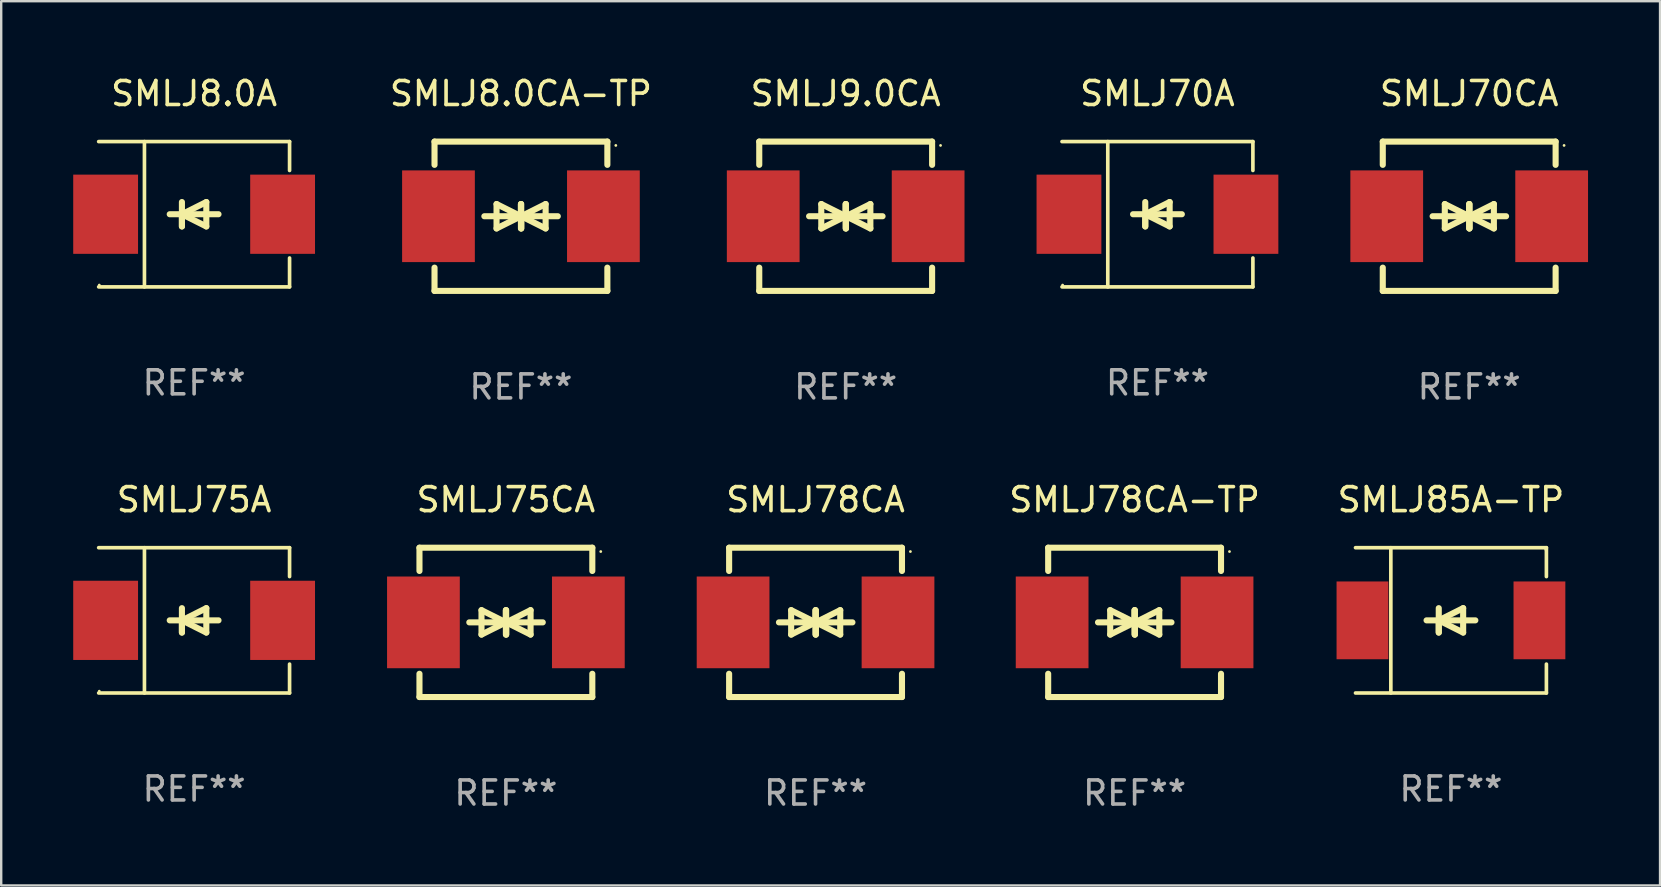
<source format=kicad_pcb>
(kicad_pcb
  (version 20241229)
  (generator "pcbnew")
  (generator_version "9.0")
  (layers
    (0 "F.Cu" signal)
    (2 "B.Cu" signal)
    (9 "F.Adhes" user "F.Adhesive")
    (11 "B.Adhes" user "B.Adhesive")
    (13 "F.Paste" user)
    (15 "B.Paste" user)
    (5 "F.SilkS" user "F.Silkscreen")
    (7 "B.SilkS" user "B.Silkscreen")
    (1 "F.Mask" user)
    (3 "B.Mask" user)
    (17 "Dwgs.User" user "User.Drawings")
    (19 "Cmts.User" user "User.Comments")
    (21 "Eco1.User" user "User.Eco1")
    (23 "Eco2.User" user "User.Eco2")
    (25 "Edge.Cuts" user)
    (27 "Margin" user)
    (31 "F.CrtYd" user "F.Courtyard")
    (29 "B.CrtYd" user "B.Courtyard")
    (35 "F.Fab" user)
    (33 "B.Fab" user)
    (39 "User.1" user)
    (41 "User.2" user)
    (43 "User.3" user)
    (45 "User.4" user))
  (footprint "SMLJ9.0CA"
    (layer "F.Cu")
    (at 32.177 5.958)
    (property "Reference" "SMLJ9.0CA" (at 0 -5.11 0) (layer "F.SilkS") (effects (font (size 1 1) (thickness 0.15))))
    (attr through_hole)
    (fp_line (start -3.6 -2.141) (end -3.6 -3.11) (stroke (width 0.254) (type solid)) (layer "F.SilkS"))
    (fp_line (start -3.6 3.11) (end -3.6 2.141) (stroke (width 0.254) (type solid)) (layer "F.SilkS"))
    (fp_line (start -1.524 0) (end 0.508 0) (stroke (width 0.254) (type solid)) (layer "F.SilkS"))
    (fp_line (start -1.016 -0.508) (end -1.016 0.508) (stroke (width 0.254) (type solid)) (layer "F.SilkS"))
    (fp_line (start -1.016 0.508) (end 0 0) (stroke (width 0.254) (type solid)) (layer "F.SilkS"))
    (fp_line (start 0 -0.508) (end 0 0.508) (stroke (width 0.254) (type solid)) (layer "F.SilkS"))
    (fp_line (start 0 0) (end -1.016 -0.508) (stroke (width 0.254) (type solid)) (layer "F.SilkS"))
    (fp_line (start 0 0) (end 0 -0.508) (stroke (width 0.254) (type solid)) (layer "F.SilkS"))
    (fp_line (start 0.012 0) (end 0.012 0.508) (stroke (width 0.254) (type solid)) (layer "F.SilkS"))
    (fp_line (start 0.012 0) (end 1.028 0.508) (stroke (width 0.254) (type solid)) (layer "F.SilkS"))
    (fp_line (start 0.012 0.508) (end 0.012 -0.508) (stroke (width 0.254) (type solid)) (layer "F.SilkS"))
    (fp_line (start 1.028 -0.508) (end 0.012 0) (stroke (width 0.254) (type solid)) (layer "F.SilkS"))
    (fp_line (start 1.028 0.508) (end 1.028 -0.508) (stroke (width 0.254) (type solid)) (layer "F.SilkS"))
    (fp_line (start 1.536 0) (end -0.496 0) (stroke (width 0.254) (type solid)) (layer "F.SilkS"))
    (fp_line (start 3.6 -3.11) (end -3.6 -3.11) (stroke (width 0.254) (type solid)) (layer "F.SilkS"))
    (fp_line (start 3.6 -2.141) (end 3.6 -3.11) (stroke (width 0.254) (type solid)) (layer "F.SilkS"))
    (fp_line (start 3.6 3.11) (end -3.6 3.11) (stroke (width 0.254) (type solid)) (layer "F.SilkS"))
    (fp_line (start 3.6 3.11) (end 3.6 2.141) (stroke (width 0.254) (type solid)) (layer "F.SilkS"))
    (fp_circle (center 3.952 -2.95) (end 3.982 -2.95) (stroke (width 0.06) (type solid)) (fill no) (layer "F.SilkS"))
    (fp_text user "REF**" (at 0 7.11 0) (layer "F.Fab") (effects (font (size 1 1) (thickness 0.15))))
    (pad "1" smd rect (at 3.435 0) (size 3.03 3.82) (layers "F.Cu" "F.Mask" "F.Paste"))
    (pad "2" smd rect (at -3.435 0) (size 3.03 3.82) (layers "F.Cu" "F.Mask" "F.Paste")))
  (footprint "SMLJ75CA"
    (layer "F.Cu")
    (at 18.023 22.875)
    (property "Reference" "SMLJ75CA" (at 0 -5.11 0) (layer "F.SilkS") (effects (font (size 1 1) (thickness 0.15))))
    (attr through_hole)
    (fp_line (start -3.6 -2.141) (end -3.6 -3.11) (stroke (width 0.254) (type solid)) (layer "F.SilkS"))
    (fp_line (start -3.6 3.11) (end -3.6 2.141) (stroke (width 0.254) (type solid)) (layer "F.SilkS"))
    (fp_line (start -1.524 0) (end 0.508 0) (stroke (width 0.254) (type solid)) (layer "F.SilkS"))
    (fp_line (start -1.016 -0.508) (end -1.016 0.508) (stroke (width 0.254) (type solid)) (layer "F.SilkS"))
    (fp_line (start -1.016 0.508) (end 0 0) (stroke (width 0.254) (type solid)) (layer "F.SilkS"))
    (fp_line (start 0 -0.508) (end 0 0.508) (stroke (width 0.254) (type solid)) (layer "F.SilkS"))
    (fp_line (start 0 0) (end -1.016 -0.508) (stroke (width 0.254) (type solid)) (layer "F.SilkS"))
    (fp_line (start 0 0) (end 0 -0.508) (stroke (width 0.254) (type solid)) (layer "F.SilkS"))
    (fp_line (start 0.012 0) (end 0.012 0.508) (stroke (width 0.254) (type solid)) (layer "F.SilkS"))
    (fp_line (start 0.012 0) (end 1.028 0.508) (stroke (width 0.254) (type solid)) (layer "F.SilkS"))
    (fp_line (start 0.012 0.508) (end 0.012 -0.508) (stroke (width 0.254) (type solid)) (layer "F.SilkS"))
    (fp_line (start 1.028 -0.508) (end 0.012 0) (stroke (width 0.254) (type solid)) (layer "F.SilkS"))
    (fp_line (start 1.028 0.508) (end 1.028 -0.508) (stroke (width 0.254) (type solid)) (layer "F.SilkS"))
    (fp_line (start 1.536 0) (end -0.496 0) (stroke (width 0.254) (type solid)) (layer "F.SilkS"))
    (fp_line (start 3.6 -3.11) (end -3.6 -3.11) (stroke (width 0.254) (type solid)) (layer "F.SilkS"))
    (fp_line (start 3.6 -2.141) (end 3.6 -3.11) (stroke (width 0.254) (type solid)) (layer "F.SilkS"))
    (fp_line (start 3.6 3.11) (end -3.6 3.11) (stroke (width 0.254) (type solid)) (layer "F.SilkS"))
    (fp_line (start 3.6 3.11) (end 3.6 2.141) (stroke (width 0.254) (type solid)) (layer "F.SilkS"))
    (fp_circle (center 3.952 -2.95) (end 3.982 -2.95) (stroke (width 0.06) (type solid)) (fill no) (layer "F.SilkS"))
    (fp_text user "REF**" (at 0 7.11 0) (layer "F.Fab") (effects (font (size 1 1) (thickness 0.15))))
    (pad "1" smd rect (at 3.435 0) (size 3.03 3.82) (layers "F.Cu" "F.Mask" "F.Paste"))
    (pad "2" smd rect (at -3.435 0) (size 3.03 3.82) (layers "F.Cu" "F.Mask" "F.Paste")))
  (footprint "SMLJ8.0CA-TP"
    (layer "F.Cu")
    (at 18.65 5.958)
    (property "Reference" "SMLJ8.0CA-TP" (at 0 -5.11 0) (layer "F.SilkS") (effects (font (size 1 1) (thickness 0.15))))
    (attr through_hole)
    (fp_line (start -3.6 -2.141) (end -3.6 -3.11) (stroke (width 0.254) (type solid)) (layer "F.SilkS"))
    (fp_line (start -3.6 3.11) (end -3.6 2.141) (stroke (width 0.254) (type solid)) (layer "F.SilkS"))
    (fp_line (start -1.524 0) (end 0.508 0) (stroke (width 0.254) (type solid)) (layer "F.SilkS"))
    (fp_line (start -1.016 -0.508) (end -1.016 0.508) (stroke (width 0.254) (type solid)) (layer "F.SilkS"))
    (fp_line (start -1.016 0.508) (end 0 0) (stroke (width 0.254) (type solid)) (layer "F.SilkS"))
    (fp_line (start 0 -0.508) (end 0 0.508) (stroke (width 0.254) (type solid)) (layer "F.SilkS"))
    (fp_line (start 0 0) (end -1.016 -0.508) (stroke (width 0.254) (type solid)) (layer "F.SilkS"))
    (fp_line (start 0 0) (end 0 -0.508) (stroke (width 0.254) (type solid)) (layer "F.SilkS"))
    (fp_line (start 0.012 0) (end 0.012 0.508) (stroke (width 0.254) (type solid)) (layer "F.SilkS"))
    (fp_line (start 0.012 0) (end 1.028 0.508) (stroke (width 0.254) (type solid)) (layer "F.SilkS"))
    (fp_line (start 0.012 0.508) (end 0.012 -0.508) (stroke (width 0.254) (type solid)) (layer "F.SilkS"))
    (fp_line (start 1.028 -0.508) (end 0.012 0) (stroke (width 0.254) (type solid)) (layer "F.SilkS"))
    (fp_line (start 1.028 0.508) (end 1.028 -0.508) (stroke (width 0.254) (type solid)) (layer "F.SilkS"))
    (fp_line (start 1.536 0) (end -0.496 0) (stroke (width 0.254) (type solid)) (layer "F.SilkS"))
    (fp_line (start 3.6 -3.11) (end -3.6 -3.11) (stroke (width 0.254) (type solid)) (layer "F.SilkS"))
    (fp_line (start 3.6 -2.141) (end 3.6 -3.11) (stroke (width 0.254) (type solid)) (layer "F.SilkS"))
    (fp_line (start 3.6 3.11) (end -3.6 3.11) (stroke (width 0.254) (type solid)) (layer "F.SilkS"))
    (fp_line (start 3.6 3.11) (end 3.6 2.141) (stroke (width 0.254) (type solid)) (layer "F.SilkS"))
    (fp_circle (center 3.952 -2.95) (end 3.982 -2.95) (stroke (width 0.06) (type solid)) (fill no) (layer "F.SilkS"))
    (fp_text user "REF**" (at 0 7.11 0) (layer "F.Fab") (effects (font (size 1 1) (thickness 0.15))))
    (pad "1" smd rect (at 3.435 0) (size 3.03 3.82) (layers "F.Cu" "F.Mask" "F.Paste"))
    (pad "2" smd rect (at -3.435 0) (size 3.03 3.82) (layers "F.Cu" "F.Mask" "F.Paste")))
  (footprint "SMLJ70A"
    (layer "F.Cu")
    (at 45.164 5.874)
    (property "Reference" "SMLJ70A" (at 0 -5.026 0) (layer "F.SilkS") (effects (font (size 1 1) (thickness 0.15))))
    (attr through_hole)
    (fp_line (start -3.976 -3.026) (end 3.976 -3.026) (stroke (width 0.152) (type solid)) (layer "F.SilkS"))
    (fp_line (start -3.976 3.026) (end 3.976 3.026) (stroke (width 0.152) (type solid)) (layer "F.SilkS"))
    (fp_line (start -2.069 -3.026) (end -2.069 3.026) (stroke (width 0.152) (type solid)) (layer "F.SilkS"))
    (fp_line (start -0.508 0) (end -0.508 0.508) (stroke (width 0.254) (type solid)) (layer "F.SilkS"))
    (fp_line (start -0.508 0) (end 0.508 0.508) (stroke (width 0.254) (type solid)) (layer "F.SilkS"))
    (fp_line (start -0.508 0.508) (end -0.508 -0.508) (stroke (width 0.254) (type solid)) (layer "F.SilkS"))
    (fp_line (start 0.508 -0.508) (end -0.508 0) (stroke (width 0.254) (type solid)) (layer "F.SilkS"))
    (fp_line (start 0.508 0.508) (end 0.508 -0.508) (stroke (width 0.254) (type solid)) (layer "F.SilkS"))
    (fp_line (start 1.016 0) (end -1.016 0) (stroke (width 0.254) (type solid)) (layer "F.SilkS"))
    (fp_line (start 3.976 -3.026) (end 3.976 -1.823) (stroke (width 0.152) (type solid)) (layer "F.SilkS"))
    (fp_line (start 3.976 3.026) (end 3.976 1.823) (stroke (width 0.152) (type solid)) (layer "F.SilkS"))
    (fp_circle (center -3.95 2.95) (end -3.92 2.95) (stroke (width 0.06) (type solid)) (fill no) (layer "F.SilkS"))
    (fp_text user "REF**" (at 0 7.026 0) (layer "F.Fab") (effects (font (size 1 1) (thickness 0.15))))
    (pad "1" smd rect (at -3.686 0) (size 2.7 3.3) (layers "F.Cu" "F.Mask" "F.Paste"))
    (pad "2" smd rect (at 3.686 0) (size 2.7 3.3) (layers "F.Cu" "F.Mask" "F.Paste")))
  (footprint "SMLJ78CA-TP"
    (layer "F.Cu")
    (at 44.212 22.875)
    (property "Reference" "SMLJ78CA-TP" (at 0 -5.11 0) (layer "F.SilkS") (effects (font (size 1 1) (thickness 0.15))))
    (attr through_hole)
    (fp_line (start -3.6 -2.141) (end -3.6 -3.11) (stroke (width 0.254) (type solid)) (layer "F.SilkS"))
    (fp_line (start -3.6 3.11) (end -3.6 2.141) (stroke (width 0.254) (type solid)) (layer "F.SilkS"))
    (fp_line (start -1.524 0) (end 0.508 0) (stroke (width 0.254) (type solid)) (layer "F.SilkS"))
    (fp_line (start -1.016 -0.508) (end -1.016 0.508) (stroke (width 0.254) (type solid)) (layer "F.SilkS"))
    (fp_line (start -1.016 0.508) (end 0 0) (stroke (width 0.254) (type solid)) (layer "F.SilkS"))
    (fp_line (start 0 -0.508) (end 0 0.508) (stroke (width 0.254) (type solid)) (layer "F.SilkS"))
    (fp_line (start 0 0) (end -1.016 -0.508) (stroke (width 0.254) (type solid)) (layer "F.SilkS"))
    (fp_line (start 0 0) (end 0 -0.508) (stroke (width 0.254) (type solid)) (layer "F.SilkS"))
    (fp_line (start 0.012 0) (end 0.012 0.508) (stroke (width 0.254) (type solid)) (layer "F.SilkS"))
    (fp_line (start 0.012 0) (end 1.028 0.508) (stroke (width 0.254) (type solid)) (layer "F.SilkS"))
    (fp_line (start 0.012 0.508) (end 0.012 -0.508) (stroke (width 0.254) (type solid)) (layer "F.SilkS"))
    (fp_line (start 1.028 -0.508) (end 0.012 0) (stroke (width 0.254) (type solid)) (layer "F.SilkS"))
    (fp_line (start 1.028 0.508) (end 1.028 -0.508) (stroke (width 0.254) (type solid)) (layer "F.SilkS"))
    (fp_line (start 1.536 0) (end -0.496 0) (stroke (width 0.254) (type solid)) (layer "F.SilkS"))
    (fp_line (start 3.6 -3.11) (end -3.6 -3.11) (stroke (width 0.254) (type solid)) (layer "F.SilkS"))
    (fp_line (start 3.6 -2.141) (end 3.6 -3.11) (stroke (width 0.254) (type solid)) (layer "F.SilkS"))
    (fp_line (start 3.6 3.11) (end -3.6 3.11) (stroke (width 0.254) (type solid)) (layer "F.SilkS"))
    (fp_line (start 3.6 3.11) (end 3.6 2.141) (stroke (width 0.254) (type solid)) (layer "F.SilkS"))
    (fp_circle (center 3.952 -2.95) (end 3.982 -2.95) (stroke (width 0.06) (type solid)) (fill no) (layer "F.SilkS"))
    (fp_text user "REF**" (at 0 7.11 0) (layer "F.Fab") (effects (font (size 1 1) (thickness 0.15))))
    (pad "1" smd rect (at 3.435 0) (size 3.03 3.82) (layers "F.Cu" "F.Mask" "F.Paste"))
    (pad "2" smd rect (at -3.435 0) (size 3.03 3.82) (layers "F.Cu" "F.Mask" "F.Paste")))
  (footprint "SMLJ85A-TP"
    (layer "F.Cu")
    (at 57.39 22.791)
    (property "Reference" "SMLJ85A-TP" (at 0 -5.026 0) (layer "F.SilkS") (effects (font (size 1 1) (thickness 0.15))))
    (attr through_hole)
    (fp_line (start -3.976 -3.026) (end 3.976 -3.026) (stroke (width 0.152) (type solid)) (layer "F.SilkS"))
    (fp_line (start -3.976 3.026) (end 3.976 3.026) (stroke (width 0.152) (type solid)) (layer "F.SilkS"))
    (fp_line (start -2.504 -3.026) (end -2.504 3.026) (stroke (width 0.152) (type solid)) (layer "F.SilkS"))
    (fp_line (start -0.508 0) (end -0.508 0.508) (stroke (width 0.254) (type solid)) (layer "F.SilkS"))
    (fp_line (start -0.508 0) (end 0.508 0.508) (stroke (width 0.254) (type solid)) (layer "F.SilkS"))
    (fp_line (start -0.508 0.508) (end -0.508 -0.508) (stroke (width 0.254) (type solid)) (layer "F.SilkS"))
    (fp_line (start 0.508 -0.508) (end -0.508 0) (stroke (width 0.254) (type solid)) (layer "F.SilkS"))
    (fp_line (start 0.508 0.508) (end 0.508 -0.508) (stroke (width 0.254) (type solid)) (layer "F.SilkS"))
    (fp_line (start 1.016 0) (end -1.016 0) (stroke (width 0.254) (type solid)) (layer "F.SilkS"))
    (fp_line (start 3.976 -3.026) (end 3.976 -1.823) (stroke (width 0.152) (type solid)) (layer "F.SilkS"))
    (fp_line (start 3.976 3.026) (end 3.976 1.823) (stroke (width 0.152) (type solid)) (layer "F.SilkS"))
    (fp_circle (center 3.95 -2.95) (end 3.98 -2.95) (stroke (width 0.06) (type solid)) (fill no) (layer "F.SilkS"))
    (fp_text user "REF**" (at 0 7.026 0) (layer "F.Fab") (effects (font (size 1 1) (thickness 0.15))))
    (pad "1" smd rect (at 3.686 0 180) (size 2.158 3.24) (layers "F.Cu" "F.Mask" "F.Paste"))
    (pad "2" smd rect (at -3.686 0 180) (size 2.158 3.24) (layers "F.Cu" "F.Mask" "F.Paste")))
  (footprint "SMLJ75A"
    (layer "F.Cu")
    (at 5.036 22.791)
    (property "Reference" "SMLJ75A" (at 0 -5.026 0) (layer "F.SilkS") (effects (font (size 1 1) (thickness 0.15))))
    (attr through_hole)
    (fp_line (start -3.976 -3.026) (end 3.976 -3.026) (stroke (width 0.152) (type solid)) (layer "F.SilkS"))
    (fp_line (start -3.976 3.026) (end 3.976 3.026) (stroke (width 0.152) (type solid)) (layer "F.SilkS"))
    (fp_line (start -2.069 -3.026) (end -2.069 3.026) (stroke (width 0.152) (type solid)) (layer "F.SilkS"))
    (fp_line (start -0.508 0) (end -0.508 0.508) (stroke (width 0.254) (type solid)) (layer "F.SilkS"))
    (fp_line (start -0.508 0) (end 0.508 0.508) (stroke (width 0.254) (type solid)) (layer "F.SilkS"))
    (fp_line (start -0.508 0.508) (end -0.508 -0.508) (stroke (width 0.254) (type solid)) (layer "F.SilkS"))
    (fp_line (start 0.508 -0.508) (end -0.508 0) (stroke (width 0.254) (type solid)) (layer "F.SilkS"))
    (fp_line (start 0.508 0.508) (end 0.508 -0.508) (stroke (width 0.254) (type solid)) (layer "F.SilkS"))
    (fp_line (start 1.016 0) (end -1.016 0) (stroke (width 0.254) (type solid)) (layer "F.SilkS"))
    (fp_line (start 3.976 -3.026) (end 3.976 -1.823) (stroke (width 0.152) (type solid)) (layer "F.SilkS"))
    (fp_line (start 3.976 3.026) (end 3.976 1.823) (stroke (width 0.152) (type solid)) (layer "F.SilkS"))
    (fp_circle (center -3.95 2.95) (end -3.92 2.95) (stroke (width 0.06) (type solid)) (fill no) (layer "F.SilkS"))
    (fp_text user "REF**" (at 0 7.026 0) (layer "F.Fab") (effects (font (size 1 1) (thickness 0.15))))
    (pad "1" smd rect (at -3.686 0) (size 2.7 3.3) (layers "F.Cu" "F.Mask" "F.Paste"))
    (pad "2" smd rect (at 3.686 0) (size 2.7 3.3) (layers "F.Cu" "F.Mask" "F.Paste")))
  (footprint "SMLJ78CA"
    (layer "F.Cu")
    (at 30.922 22.875)
    (property "Reference" "SMLJ78CA" (at 0 -5.11 0) (layer "F.SilkS") (effects (font (size 1 1) (thickness 0.15))))
    (attr through_hole)
    (fp_line (start -3.6 -2.141) (end -3.6 -3.11) (stroke (width 0.254) (type solid)) (layer "F.SilkS"))
    (fp_line (start -3.6 3.11) (end -3.6 2.141) (stroke (width 0.254) (type solid)) (layer "F.SilkS"))
    (fp_line (start -1.524 0) (end 0.508 0) (stroke (width 0.254) (type solid)) (layer "F.SilkS"))
    (fp_line (start -1.016 -0.508) (end -1.016 0.508) (stroke (width 0.254) (type solid)) (layer "F.SilkS"))
    (fp_line (start -1.016 0.508) (end 0 0) (stroke (width 0.254) (type solid)) (layer "F.SilkS"))
    (fp_line (start 0 -0.508) (end 0 0.508) (stroke (width 0.254) (type solid)) (layer "F.SilkS"))
    (fp_line (start 0 0) (end -1.016 -0.508) (stroke (width 0.254) (type solid)) (layer "F.SilkS"))
    (fp_line (start 0 0) (end 0 -0.508) (stroke (width 0.254) (type solid)) (layer "F.SilkS"))
    (fp_line (start 0.012 0) (end 0.012 0.508) (stroke (width 0.254) (type solid)) (layer "F.SilkS"))
    (fp_line (start 0.012 0) (end 1.028 0.508) (stroke (width 0.254) (type solid)) (layer "F.SilkS"))
    (fp_line (start 0.012 0.508) (end 0.012 -0.508) (stroke (width 0.254) (type solid)) (layer "F.SilkS"))
    (fp_line (start 1.028 -0.508) (end 0.012 0) (stroke (width 0.254) (type solid)) (layer "F.SilkS"))
    (fp_line (start 1.028 0.508) (end 1.028 -0.508) (stroke (width 0.254) (type solid)) (layer "F.SilkS"))
    (fp_line (start 1.536 0) (end -0.496 0) (stroke (width 0.254) (type solid)) (layer "F.SilkS"))
    (fp_line (start 3.6 -3.11) (end -3.6 -3.11) (stroke (width 0.254) (type solid)) (layer "F.SilkS"))
    (fp_line (start 3.6 -2.141) (end 3.6 -3.11) (stroke (width 0.254) (type solid)) (layer "F.SilkS"))
    (fp_line (start 3.6 3.11) (end -3.6 3.11) (stroke (width 0.254) (type solid)) (layer "F.SilkS"))
    (fp_line (start 3.6 3.11) (end 3.6 2.141) (stroke (width 0.254) (type solid)) (layer "F.SilkS"))
    (fp_circle (center 3.952 -2.95) (end 3.982 -2.95) (stroke (width 0.06) (type solid)) (fill no) (layer "F.SilkS"))
    (fp_text user "REF**" (at 0 7.11 0) (layer "F.Fab") (effects (font (size 1 1) (thickness 0.15))))
    (pad "1" smd rect (at 3.435 0) (size 3.03 3.82) (layers "F.Cu" "F.Mask" "F.Paste"))
    (pad "2" smd rect (at -3.435 0) (size 3.03 3.82) (layers "F.Cu" "F.Mask" "F.Paste")))
  (footprint "SMLJ70CA"
    (layer "F.Cu")
    (at 58.15 5.958)
    (property "Reference" "SMLJ70CA" (at 0 -5.11 0) (layer "F.SilkS") (effects (font (size 1 1) (thickness 0.15))))
    (attr through_hole)
    (fp_line (start -3.6 -2.141) (end -3.6 -3.11) (stroke (width 0.254) (type solid)) (layer "F.SilkS"))
    (fp_line (start -3.6 3.11) (end -3.6 2.141) (stroke (width 0.254) (type solid)) (layer "F.SilkS"))
    (fp_line (start -1.524 0) (end 0.508 0) (stroke (width 0.254) (type solid)) (layer "F.SilkS"))
    (fp_line (start -1.016 -0.508) (end -1.016 0.508) (stroke (width 0.254) (type solid)) (layer "F.SilkS"))
    (fp_line (start -1.016 0.508) (end 0 0) (stroke (width 0.254) (type solid)) (layer "F.SilkS"))
    (fp_line (start 0 -0.508) (end 0 0.508) (stroke (width 0.254) (type solid)) (layer "F.SilkS"))
    (fp_line (start 0 0) (end -1.016 -0.508) (stroke (width 0.254) (type solid)) (layer "F.SilkS"))
    (fp_line (start 0 0) (end 0 -0.508) (stroke (width 0.254) (type solid)) (layer "F.SilkS"))
    (fp_line (start 0.012 0) (end 0.012 0.508) (stroke (width 0.254) (type solid)) (layer "F.SilkS"))
    (fp_line (start 0.012 0) (end 1.028 0.508) (stroke (width 0.254) (type solid)) (layer "F.SilkS"))
    (fp_line (start 0.012 0.508) (end 0.012 -0.508) (stroke (width 0.254) (type solid)) (layer "F.SilkS"))
    (fp_line (start 1.028 -0.508) (end 0.012 0) (stroke (width 0.254) (type solid)) (layer "F.SilkS"))
    (fp_line (start 1.028 0.508) (end 1.028 -0.508) (stroke (width 0.254) (type solid)) (layer "F.SilkS"))
    (fp_line (start 1.536 0) (end -0.496 0) (stroke (width 0.254) (type solid)) (layer "F.SilkS"))
    (fp_line (start 3.6 -3.11) (end -3.6 -3.11) (stroke (width 0.254) (type solid)) (layer "F.SilkS"))
    (fp_line (start 3.6 -2.141) (end 3.6 -3.11) (stroke (width 0.254) (type solid)) (layer "F.SilkS"))
    (fp_line (start 3.6 3.11) (end -3.6 3.11) (stroke (width 0.254) (type solid)) (layer "F.SilkS"))
    (fp_line (start 3.6 3.11) (end 3.6 2.141) (stroke (width 0.254) (type solid)) (layer "F.SilkS"))
    (fp_circle (center 3.952 -2.95) (end 3.982 -2.95) (stroke (width 0.06) (type solid)) (fill no) (layer "F.SilkS"))
    (fp_text user "REF**" (at 0 7.11 0) (layer "F.Fab") (effects (font (size 1 1) (thickness 0.15))))
    (pad "1" smd rect (at 3.435 0) (size 3.03 3.82) (layers "F.Cu" "F.Mask" "F.Paste"))
    (pad "2" smd rect (at -3.435 0) (size 3.03 3.82) (layers "F.Cu" "F.Mask" "F.Paste")))
  (footprint "SMLJ8.0A"
    (layer "F.Cu")
    (at 5.036 5.874)
    (property "Reference" "SMLJ8.0A" (at 0 -5.026 0) (layer "F.SilkS") (effects (font (size 1 1) (thickness 0.15))))
    (attr through_hole)
    (fp_line (start -3.976 -3.026) (end 3.976 -3.026) (stroke (width 0.152) (type solid)) (layer "F.SilkS"))
    (fp_line (start -3.976 3.026) (end 3.976 3.026) (stroke (width 0.152) (type solid)) (layer "F.SilkS"))
    (fp_line (start -2.069 -3.026) (end -2.069 3.026) (stroke (width 0.152) (type solid)) (layer "F.SilkS"))
    (fp_line (start -0.508 0) (end -0.508 0.508) (stroke (width 0.254) (type solid)) (layer "F.SilkS"))
    (fp_line (start -0.508 0) (end 0.508 0.508) (stroke (width 0.254) (type solid)) (layer "F.SilkS"))
    (fp_line (start -0.508 0.508) (end -0.508 -0.508) (stroke (width 0.254) (type solid)) (layer "F.SilkS"))
    (fp_line (start 0.508 -0.508) (end -0.508 0) (stroke (width 0.254) (type solid)) (layer "F.SilkS"))
    (fp_line (start 0.508 0.508) (end 0.508 -0.508) (stroke (width 0.254) (type solid)) (layer "F.SilkS"))
    (fp_line (start 1.016 0) (end -1.016 0) (stroke (width 0.254) (type solid)) (layer "F.SilkS"))
    (fp_line (start 3.976 -3.026) (end 3.976 -1.823) (stroke (width 0.152) (type solid)) (layer "F.SilkS"))
    (fp_line (start 3.976 3.026) (end 3.976 1.823) (stroke (width 0.152) (type solid)) (layer "F.SilkS"))
    (fp_circle (center -3.95 2.95) (end -3.92 2.95) (stroke (width 0.06) (type solid)) (fill no) (layer "F.SilkS"))
    (fp_text user "REF**" (at 0 7.026 0) (layer "F.Fab") (effects (font (size 1 1) (thickness 0.15))))
    (pad "1" smd rect (at -3.686 0) (size 2.7 3.3) (layers "F.Cu" "F.Mask" "F.Paste"))
    (pad "2" smd rect (at 3.686 0) (size 2.7 3.3) (layers "F.Cu" "F.Mask" "F.Paste")))
  (gr_rect
    (start -3 -3)
    (end 66.1 33.833)
    (stroke (width 0.1) (type default))
    (fill no)
    (layer "Edge.Cuts")))
</source>
